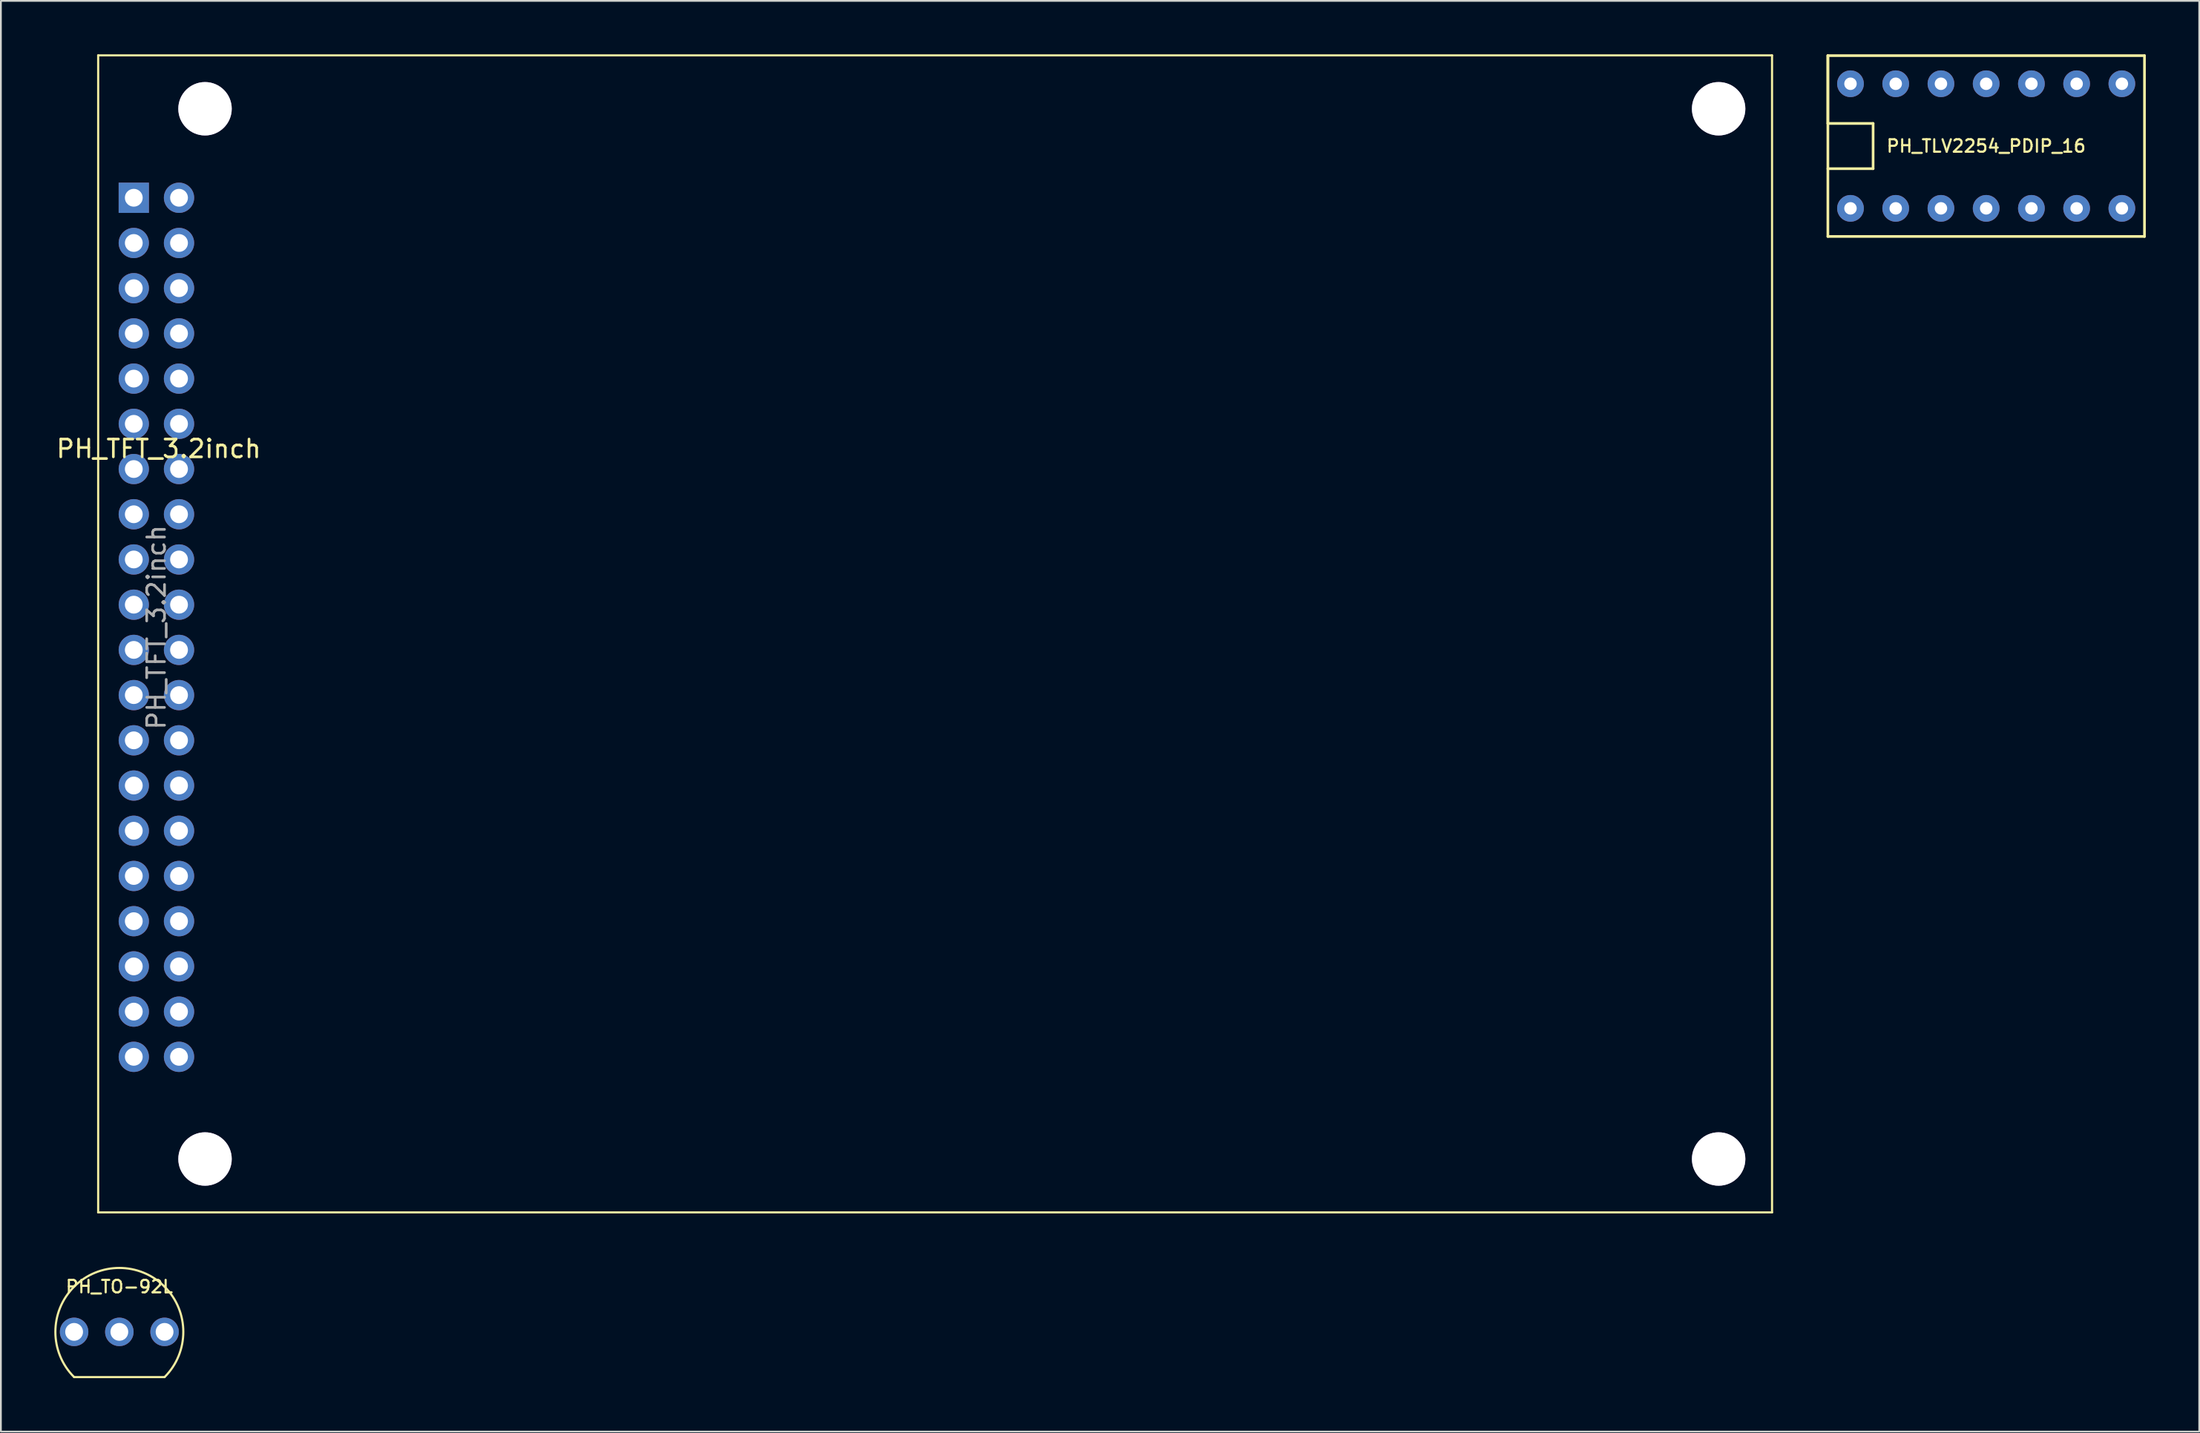
<source format=kicad_pcb>
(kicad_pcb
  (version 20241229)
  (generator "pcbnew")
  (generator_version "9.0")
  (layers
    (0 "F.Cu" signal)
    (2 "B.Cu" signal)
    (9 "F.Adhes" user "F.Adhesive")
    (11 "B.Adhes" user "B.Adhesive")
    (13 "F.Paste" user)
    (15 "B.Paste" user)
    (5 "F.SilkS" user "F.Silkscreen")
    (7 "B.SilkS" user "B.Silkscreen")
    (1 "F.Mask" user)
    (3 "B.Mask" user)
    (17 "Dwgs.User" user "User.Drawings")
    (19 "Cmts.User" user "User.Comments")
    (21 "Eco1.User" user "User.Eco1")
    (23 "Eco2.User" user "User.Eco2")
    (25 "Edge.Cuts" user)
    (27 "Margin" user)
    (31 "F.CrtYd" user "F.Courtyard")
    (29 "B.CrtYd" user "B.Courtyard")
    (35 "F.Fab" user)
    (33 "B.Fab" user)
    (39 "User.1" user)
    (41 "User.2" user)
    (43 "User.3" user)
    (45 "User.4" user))
  (footprint "PH_TO-92L"
    (layer "F.Cu")
    (at 1.112 71.772)
    (property "Reference" "PH_TO-92L" (at 2.54 -2.54 0) (layer "F.SilkS") (effects (font (size 0.7 0.7) (thickness 0.12))))
    (attr through_hole)
    (fp_line (start 0 2.54) (end 5.08 2.54) (stroke (width 0.12) (type solid)) (layer "F.SilkS"))
    (fp_arc (start 0 -2.54) (mid 2.54 -3.592102) (end 5.08 -2.54) (stroke (width 0.12) (type solid)) (layer "F.SilkS"))
    (fp_arc (start 0 2.54) (mid -1.052102 0) (end 0 -2.54) (stroke (width 0.12) (type solid)) (layer "F.SilkS"))
    (fp_arc (start 5.08 -2.54) (mid 6.132102 0) (end 5.08 2.54) (stroke (width 0.12) (type solid)) (layer "F.SilkS"))
    (pad "1" thru_hole circle (at 0 0) (size 1.6 1.6) (drill 1) (layers "*.Cu" "*.Mask"))
    (pad "2" thru_hole circle (at 2.54 0) (size 1.6 1.6) (drill 1) (layers "*.Cu" "*.Mask"))
    (pad "3" thru_hole circle (at 5.08 0) (size 1.6 1.6) (drill 1) (layers "*.Cu" "*.Mask")))
  (footprint "PH_TLV2254_PDIP_16"
    (layer "F.Cu")
    (at 108.488 5.155)
    (property "Reference" "PH_TLV2254_PDIP_16" (at 0 0 0) (layer "F.SilkS") (effects (font (size 0.7 0.7) (thickness 0.12))))
    (attr through_hole)
    (fp_line (start -8.89 -5.08) (end -8.89 -1.27) (stroke (width 0.15) (type solid)) (layer "F.SilkS"))
    (fp_line (start -8.89 -5.08) (end 8.89 -5.08) (stroke (width 0.15) (type solid)) (layer "F.SilkS"))
    (fp_line (start -8.89 -1.27) (end -6.35 -1.27) (stroke (width 0.15) (type solid)) (layer "F.SilkS"))
    (fp_line (start -8.89 5.08) (end -8.89 -5.08) (stroke (width 0.15) (type solid)) (layer "F.SilkS"))
    (fp_line (start -6.35 -1.27) (end -6.35 1.27) (stroke (width 0.15) (type solid)) (layer "F.SilkS"))
    (fp_line (start -6.35 1.27) (end -8.89 1.27) (stroke (width 0.15) (type solid)) (layer "F.SilkS"))
    (fp_line (start 8.89 -5.08) (end 8.89 5.08) (stroke (width 0.15) (type solid)) (layer "F.SilkS"))
    (fp_line (start 8.89 5.08) (end -8.89 5.08) (stroke (width 0.15) (type solid)) (layer "F.SilkS"))
    (pad "1" thru_hole circle (at -7.62 3.5) (size 1.5 1.5) (drill 0.7) (layers "*.Cu" "*.Mask"))
    (pad "2" thru_hole circle (at -5.08 3.5) (size 1.5 1.5) (drill 0.7) (layers "*.Cu" "*.Mask"))
    (pad "3" thru_hole circle (at -2.54 3.5) (size 1.5 1.5) (drill 0.7) (layers "*.Cu" "*.Mask"))
    (pad "4" thru_hole circle (at 0 3.5) (size 1.5 1.5) (drill 0.7) (layers "*.Cu" "*.Mask"))
    (pad "5" thru_hole circle (at 2.54 3.5) (size 1.5 1.5) (drill 0.7) (layers "*.Cu" "*.Mask"))
    (pad "6" thru_hole circle (at 5.08 3.5) (size 1.5 1.5) (drill 0.7) (layers "*.Cu" "*.Mask"))
    (pad "7" thru_hole circle (at 7.62 3.5) (size 1.5 1.5) (drill 0.7) (layers "*.Cu" "*.Mask"))
    (pad "8" thru_hole circle (at 7.62 -3.5) (size 1.5 1.5) (drill 0.7) (layers "*.Cu" "*.Mask"))
    (pad "9" thru_hole circle (at 5.08 -3.5) (size 1.5 1.5) (drill 0.7) (layers "*.Cu" "*.Mask"))
    (pad "10" thru_hole circle (at 2.54 -3.5) (size 1.5 1.5) (drill 0.7) (layers "*.Cu" "*.Mask"))
    (pad "11" thru_hole circle (at 0 -3.5) (size 1.5 1.5) (drill 0.7) (layers "*.Cu" "*.Mask"))
    (pad "12" thru_hole circle (at -2.54 -3.5) (size 1.5 1.5) (drill 0.7) (layers "*.Cu" "*.Mask"))
    (pad "13" thru_hole circle (at -5.08 -3.5) (size 1.5 1.5) (drill 0.7) (layers "*.Cu" "*.Mask"))
    (pad "14" thru_hole circle (at -7.62 -3.5) (size 1.5 1.5) (drill 0.7) (layers "*.Cu" "*.Mask")))
  (footprint "PH_TFT_3.2inch"
    (layer "F.Cu")
    (at 4.463 8.06)
    (property "Reference" "PH_TFT_3.2inch" (at 1.4 14.1 0) (layer "F.SilkS") (effects (font (size 1 1) (thickness 0.15))))
    (attr through_hole)
    (fp_line (start -2 -8) (end -2 57) (stroke (width 0.12) (type solid)) (layer "F.SilkS"))
    (fp_line (start -2 -8) (end 92 -8) (stroke (width 0.12) (type solid)) (layer "F.SilkS"))
    (fp_line (start -2 57) (end 92 57) (stroke (width 0.12) (type solid)) (layer "F.SilkS"))
    (fp_line (start 92 -8) (end 92 57) (stroke (width 0.12) (type solid)) (layer "F.SilkS"))
    (fp_text user "${REFERENCE}" (at 1.27 24.13 90) (layer "F.Fab") (effects (font (size 1 1) (thickness 0.15))))
    (pad "1" thru_hole rect (at 0 0) (size 1.7 1.7) (drill 1) (layers "*.Cu" "*.Mask"))
    (pad "2" thru_hole oval (at 2.54 0) (size 1.7 1.7) (drill 1) (layers "*.Cu" "*.Mask"))
    (pad "3" thru_hole oval (at 0 2.54) (size 1.7 1.7) (drill 1) (layers "*.Cu" "*.Mask"))
    (pad "4" thru_hole oval (at 2.54 2.54) (size 1.7 1.7) (drill 1) (layers "*.Cu" "*.Mask"))
    (pad "5" thru_hole oval (at 0 5.08) (size 1.7 1.7) (drill 1) (layers "*.Cu" "*.Mask"))
    (pad "6" thru_hole oval (at 2.54 5.08) (size 1.7 1.7) (drill 1) (layers "*.Cu" "*.Mask"))
    (pad "7" thru_hole oval (at 0 7.62) (size 1.7 1.7) (drill 1) (layers "*.Cu" "*.Mask"))
    (pad "8" thru_hole oval (at 2.54 7.62) (size 1.7 1.7) (drill 1) (layers "*.Cu" "*.Mask"))
    (pad "9" thru_hole oval (at 0 10.16) (size 1.7 1.7) (drill 1) (layers "*.Cu" "*.Mask"))
    (pad "10" thru_hole oval (at 2.54 10.16) (size 1.7 1.7) (drill 1) (layers "*.Cu" "*.Mask"))
    (pad "11" thru_hole oval (at 0 12.7) (size 1.7 1.7) (drill 1) (layers "*.Cu" "*.Mask"))
    (pad "12" thru_hole oval (at 2.54 12.7) (size 1.7 1.7) (drill 1) (layers "*.Cu" "*.Mask"))
    (pad "13" thru_hole oval (at 0 15.24) (size 1.7 1.7) (drill 1) (layers "*.Cu" "*.Mask"))
    (pad "14" thru_hole oval (at 2.54 15.24) (size 1.7 1.7) (drill 1) (layers "*.Cu" "*.Mask"))
    (pad "15" thru_hole oval (at 0 17.78) (size 1.7 1.7) (drill 1) (layers "*.Cu" "*.Mask"))
    (pad "16" thru_hole oval (at 2.54 17.78) (size 1.7 1.7) (drill 1) (layers "*.Cu" "*.Mask"))
    (pad "17" thru_hole oval (at 0 20.32) (size 1.7 1.7) (drill 1) (layers "*.Cu" "*.Mask"))
    (pad "18" thru_hole oval (at 2.54 20.32) (size 1.7 1.7) (drill 1) (layers "*.Cu" "*.Mask"))
    (pad "19" thru_hole oval (at 0 22.86) (size 1.7 1.7) (drill 1) (layers "*.Cu" "*.Mask"))
    (pad "20" thru_hole oval (at 2.54 22.86) (size 1.7 1.7) (drill 1) (layers "*.Cu" "*.Mask"))
    (pad "21" thru_hole oval (at 0 25.4) (size 1.7 1.7) (drill 1) (layers "*.Cu" "*.Mask"))
    (pad "22" thru_hole oval (at 2.54 25.4) (size 1.7 1.7) (drill 1) (layers "*.Cu" "*.Mask"))
    (pad "23" thru_hole oval (at 0 27.94) (size 1.7 1.7) (drill 1) (layers "*.Cu" "*.Mask"))
    (pad "24" thru_hole oval (at 2.54 27.94) (size 1.7 1.7) (drill 1) (layers "*.Cu" "*.Mask"))
    (pad "25" thru_hole oval (at 0 30.48) (size 1.7 1.7) (drill 1) (layers "*.Cu" "*.Mask"))
    (pad "26" thru_hole oval (at 2.54 30.48) (size 1.7 1.7) (drill 1) (layers "*.Cu" "*.Mask"))
    (pad "27" thru_hole oval (at 0 33.02) (size 1.7 1.7) (drill 1) (layers "*.Cu" "*.Mask"))
    (pad "28" thru_hole oval (at 2.54 33.02) (size 1.7 1.7) (drill 1) (layers "*.Cu" "*.Mask"))
    (pad "29" thru_hole oval (at 0 35.56) (size 1.7 1.7) (drill 1) (layers "*.Cu" "*.Mask"))
    (pad "30" thru_hole oval (at 2.54 35.56) (size 1.7 1.7) (drill 1) (layers "*.Cu" "*.Mask"))
    (pad "31" thru_hole oval (at 0 38.1) (size 1.7 1.7) (drill 1) (layers "*.Cu" "*.Mask"))
    (pad "32" thru_hole oval (at 2.54 38.1) (size 1.7 1.7) (drill 1) (layers "*.Cu" "*.Mask"))
    (pad "33" thru_hole oval (at 0 40.64) (size 1.7 1.7) (drill 1) (layers "*.Cu" "*.Mask"))
    (pad "34" thru_hole oval (at 2.54 40.64) (size 1.7 1.7) (drill 1) (layers "*.Cu" "*.Mask"))
    (pad "35" thru_hole oval (at 0 43.18) (size 1.7 1.7) (drill 1) (layers "*.Cu" "*.Mask"))
    (pad "36" thru_hole oval (at 2.54 43.18) (size 1.7 1.7) (drill 1) (layers "*.Cu" "*.Mask"))
    (pad "37" thru_hole oval (at 0 45.72) (size 1.7 1.7) (drill 1) (layers "*.Cu" "*.Mask"))
    (pad "38" thru_hole oval (at 2.54 45.72) (size 1.7 1.7) (drill 1) (layers "*.Cu" "*.Mask"))
    (pad "39" thru_hole oval (at 0 48.26) (size 1.7 1.7) (drill 1) (layers "*.Cu" "*.Mask"))
    (pad "40" thru_hole oval (at 2.54 48.26) (size 1.7 1.7) (drill 1) (layers "*.Cu" "*.Mask"))
    (pad "~" thru_hole circle (at 4 -5) (size 3 3) (drill 3) (layers "*.Cu" "*.Mask"))
    (pad "~" thru_hole circle (at 4 54) (size 3 3) (drill 3) (layers "*.Cu" "*.Mask"))
    (pad "~" thru_hole circle (at 89 -5) (size 3 3) (drill 3) (layers "*.Cu" "*.Mask"))
    (pad "~" thru_hole circle (at 89 54) (size 3 3) (drill 3) (layers "*.Cu" "*.Mask")))
  (gr_rect
    (start -3 -3)
    (end 120.453 77.372)
    (stroke (width 0.1) (type default))
    (fill no)
    (layer "Edge.Cuts")))
</source>
